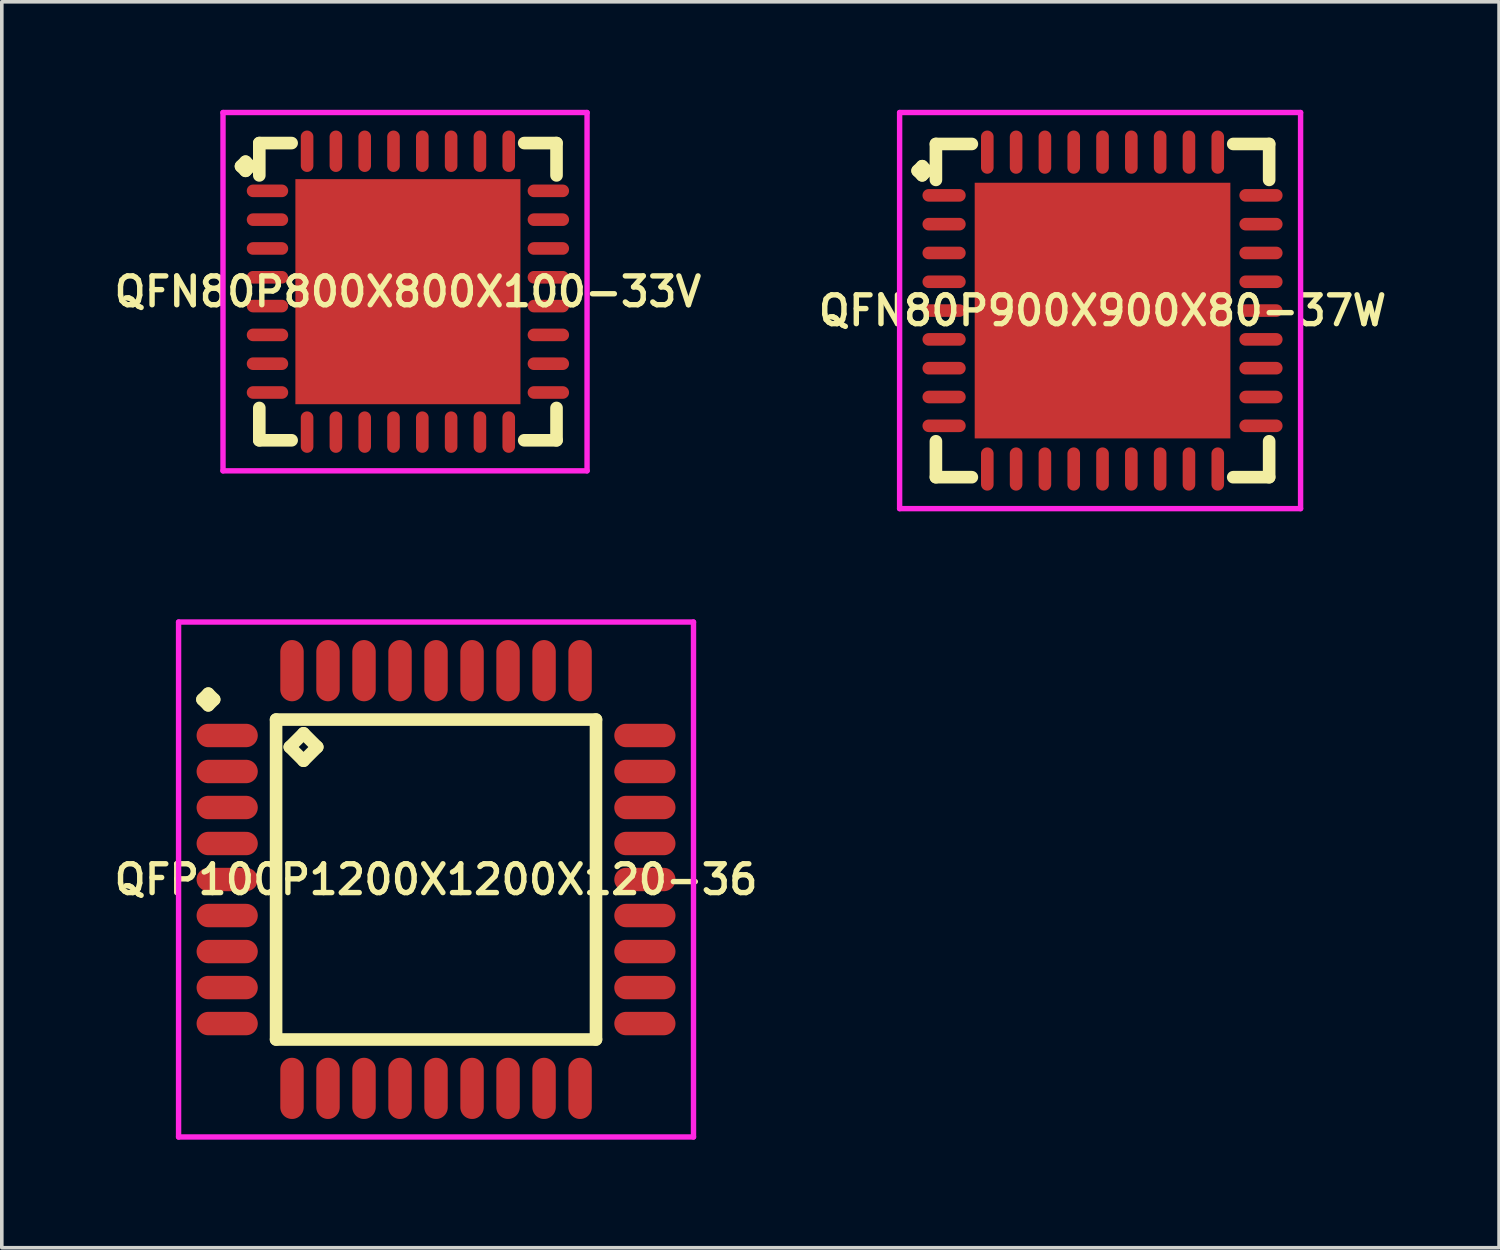
<source format=kicad_pcb>
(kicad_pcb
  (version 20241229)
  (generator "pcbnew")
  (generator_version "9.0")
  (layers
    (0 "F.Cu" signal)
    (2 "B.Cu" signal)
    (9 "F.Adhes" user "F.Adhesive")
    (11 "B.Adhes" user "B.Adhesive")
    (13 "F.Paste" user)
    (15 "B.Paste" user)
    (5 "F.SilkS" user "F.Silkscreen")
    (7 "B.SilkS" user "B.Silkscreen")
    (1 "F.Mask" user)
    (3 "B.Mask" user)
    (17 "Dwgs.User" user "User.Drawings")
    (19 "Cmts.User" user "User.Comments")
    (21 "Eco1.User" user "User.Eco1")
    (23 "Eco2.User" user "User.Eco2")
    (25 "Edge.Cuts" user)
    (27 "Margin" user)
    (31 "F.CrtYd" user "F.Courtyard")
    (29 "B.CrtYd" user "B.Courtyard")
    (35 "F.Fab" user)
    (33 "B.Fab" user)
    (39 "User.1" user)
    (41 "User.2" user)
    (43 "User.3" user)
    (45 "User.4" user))
  (footprint "QFN80P800X800X100-33V"
    (layer "F.Cu")
    (at 8.278 5.05)
    (property "Reference" "QFN80P800X800X100-33V" (at 0 0 0) (layer "F.SilkS") (effects (font (size 0.8 0.8) (thickness 0.15))))
    (attr smd)
    (fp_line (start -4.635 -3.483) (end -4.508 -3.61) (stroke (width 0.35) (type solid)) (layer "F.SilkS"))
    (fp_line (start -4.508 -3.61) (end -4.381 -3.483) (stroke (width 0.35) (type solid)) (layer "F.SilkS"))
    (fp_line (start -4.508 -3.356) (end -4.635 -3.483) (stroke (width 0.35) (type solid)) (layer "F.SilkS"))
    (fp_line (start -4.381 -3.483) (end -4.508 -3.356) (stroke (width 0.35) (type solid)) (layer "F.SilkS"))
    (fp_line (start -4.127 -4.127) (end -3.229 -4.127) (stroke (width 0.35) (type solid)) (layer "F.SilkS"))
    (fp_line (start -4.127 -3.229) (end -4.127 -4.127) (stroke (width 0.35) (type solid)) (layer "F.SilkS"))
    (fp_line (start -4.127 3.229) (end -4.127 4.127) (stroke (width 0.35) (type solid)) (layer "F.SilkS"))
    (fp_line (start -4.127 4.127) (end -3.229 4.127) (stroke (width 0.35) (type solid)) (layer "F.SilkS"))
    (fp_line (start 3.229 -4.127) (end 4.127 -4.127) (stroke (width 0.35) (type solid)) (layer "F.SilkS"))
    (fp_line (start 3.229 4.127) (end 4.127 4.127) (stroke (width 0.35) (type solid)) (layer "F.SilkS"))
    (fp_line (start 4.127 -4.127) (end 4.127 -3.229) (stroke (width 0.35) (type solid)) (layer "F.SilkS"))
    (fp_line (start 4.127 4.127) (end 4.127 3.229) (stroke (width 0.35) (type solid)) (layer "F.SilkS"))
    (fp_line (start -5.135 -4.975) (end 4.975 -4.975) (stroke (width 0.15) (type solid)) (layer "F.CrtYd"))
    (fp_line (start -5.135 4.975) (end -5.135 -4.975) (stroke (width 0.15) (type solid)) (layer "F.CrtYd"))
    (fp_line (start 4.975 -4.975) (end 4.975 4.975) (stroke (width 0.15) (type solid)) (layer "F.CrtYd"))
    (fp_line (start 4.975 4.975) (end -5.135 4.975) (stroke (width 0.15) (type solid)) (layer "F.CrtYd"))
    (pad "1" smd oval (at -3.9 -2.8) (size 1.15 0.35) (layers "F.Cu" "F.Mask" "F.Paste"))
    (pad "2" smd oval (at -3.9 -2) (size 1.15 0.35) (layers "F.Cu" "F.Mask" "F.Paste"))
    (pad "3" smd oval (at -3.9 -1.2) (size 1.15 0.35) (layers "F.Cu" "F.Mask" "F.Paste"))
    (pad "4" smd oval (at -3.9 -0.4) (size 1.15 0.35) (layers "F.Cu" "F.Mask" "F.Paste"))
    (pad "5" smd oval (at -3.9 0.4) (size 1.15 0.35) (layers "F.Cu" "F.Mask" "F.Paste"))
    (pad "6" smd oval (at -3.9 1.2) (size 1.15 0.35) (layers "F.Cu" "F.Mask" "F.Paste"))
    (pad "7" smd oval (at -3.9 2) (size 1.15 0.35) (layers "F.Cu" "F.Mask" "F.Paste"))
    (pad "8" smd oval (at -3.9 2.8) (size 1.15 0.35) (layers "F.Cu" "F.Mask" "F.Paste"))
    (pad "9" smd oval (at -2.8 3.9) (size 0.35 1.15) (layers "F.Cu" "F.Mask" "F.Paste"))
    (pad "10" smd oval (at -2 3.9) (size 0.35 1.15) (layers "F.Cu" "F.Mask" "F.Paste"))
    (pad "11" smd oval (at -1.2 3.9) (size 0.35 1.15) (layers "F.Cu" "F.Mask" "F.Paste"))
    (pad "12" smd oval (at -0.4 3.9) (size 0.35 1.15) (layers "F.Cu" "F.Mask" "F.Paste"))
    (pad "13" smd oval (at 0.4 3.9) (size 0.35 1.15) (layers "F.Cu" "F.Mask" "F.Paste"))
    (pad "14" smd oval (at 1.2 3.9) (size 0.35 1.15) (layers "F.Cu" "F.Mask" "F.Paste"))
    (pad "15" smd oval (at 2 3.9) (size 0.35 1.15) (layers "F.Cu" "F.Mask" "F.Paste"))
    (pad "16" smd oval (at 2.8 3.9) (size 0.35 1.15) (layers "F.Cu" "F.Mask" "F.Paste"))
    (pad "17" smd oval (at 3.9 2.8) (size 1.15 0.35) (layers "F.Cu" "F.Mask" "F.Paste"))
    (pad "18" smd oval (at 3.9 2) (size 1.15 0.35) (layers "F.Cu" "F.Mask" "F.Paste"))
    (pad "19" smd oval (at 3.9 1.2) (size 1.15 0.35) (layers "F.Cu" "F.Mask" "F.Paste"))
    (pad "20" smd oval (at 3.9 0.4) (size 1.15 0.35) (layers "F.Cu" "F.Mask" "F.Paste"))
    (pad "21" smd oval (at 3.9 -0.4) (size 1.15 0.35) (layers "F.Cu" "F.Mask" "F.Paste"))
    (pad "22" smd oval (at 3.9 -1.2) (size 1.15 0.35) (layers "F.Cu" "F.Mask" "F.Paste"))
    (pad "23" smd oval (at 3.9 -2) (size 1.15 0.35) (layers "F.Cu" "F.Mask" "F.Paste"))
    (pad "24" smd oval (at 3.9 -2.8) (size 1.15 0.35) (layers "F.Cu" "F.Mask" "F.Paste"))
    (pad "25" smd oval (at 2.8 -3.9) (size 0.35 1.15) (layers "F.Cu" "F.Mask" "F.Paste"))
    (pad "26" smd oval (at 2 -3.9) (size 0.35 1.15) (layers "F.Cu" "F.Mask" "F.Paste"))
    (pad "27" smd oval (at 1.2 -3.9) (size 0.35 1.15) (layers "F.Cu" "F.Mask" "F.Paste"))
    (pad "28" smd oval (at 0.4 -3.9) (size 0.35 1.15) (layers "F.Cu" "F.Mask" "F.Paste"))
    (pad "29" smd oval (at -0.4 -3.9) (size 0.35 1.15) (layers "F.Cu" "F.Mask" "F.Paste"))
    (pad "30" smd oval (at -1.2 -3.9) (size 0.35 1.15) (layers "F.Cu" "F.Mask" "F.Paste"))
    (pad "31" smd oval (at -2 -3.9) (size 0.35 1.15) (layers "F.Cu" "F.Mask" "F.Paste"))
    (pad "32" smd oval (at -2.8 -3.9) (size 0.35 1.15) (layers "F.Cu" "F.Mask" "F.Paste"))
    (pad "33" smd rect (at 0 0) (size 6.25 6.25) (layers "F.Cu" "F.Mask" "F.Paste")))
  (footprint "QFN80P900X900X80-37W"
    (layer "F.Cu")
    (at 27.568 5.575)
    (property "Reference" "QFN80P900X900X80-37W" (at 0 0 0) (layer "F.SilkS") (effects (font (size 0.8 0.8) (thickness 0.15))))
    (attr through_hole)
    (fp_line (start -5.135 -3.883) (end -5.008 -4.01) (stroke (width 0.35) (type solid)) (layer "F.SilkS"))
    (fp_line (start -5.008 -4.01) (end -4.881 -3.883) (stroke (width 0.35) (type solid)) (layer "F.SilkS"))
    (fp_line (start -5.008 -3.756) (end -5.135 -3.883) (stroke (width 0.35) (type solid)) (layer "F.SilkS"))
    (fp_line (start -4.881 -3.883) (end -5.008 -3.756) (stroke (width 0.35) (type solid)) (layer "F.SilkS"))
    (fp_line (start -4.627 -4.627) (end -3.629 -4.627) (stroke (width 0.35) (type solid)) (layer "F.SilkS"))
    (fp_line (start -4.627 -3.629) (end -4.627 -4.627) (stroke (width 0.35) (type solid)) (layer "F.SilkS"))
    (fp_line (start -4.627 3.629) (end -4.627 4.627) (stroke (width 0.35) (type solid)) (layer "F.SilkS"))
    (fp_line (start -4.627 4.627) (end -3.629 4.627) (stroke (width 0.35) (type solid)) (layer "F.SilkS"))
    (fp_line (start 3.629 -4.627) (end 4.627 -4.627) (stroke (width 0.35) (type solid)) (layer "F.SilkS"))
    (fp_line (start 3.629 4.627) (end 4.627 4.627) (stroke (width 0.35) (type solid)) (layer "F.SilkS"))
    (fp_line (start 4.627 -4.627) (end 4.627 -3.629) (stroke (width 0.35) (type solid)) (layer "F.SilkS"))
    (fp_line (start 4.627 4.627) (end 4.627 3.629) (stroke (width 0.35) (type solid)) (layer "F.SilkS"))
    (fp_line (start -5.635 -5.5) (end 5.5 -5.5) (stroke (width 0.15) (type solid)) (layer "F.CrtYd"))
    (fp_line (start -5.635 5.5) (end -5.635 -5.5) (stroke (width 0.15) (type solid)) (layer "F.CrtYd"))
    (fp_line (start 5.5 -5.5) (end 5.5 5.5) (stroke (width 0.15) (type solid)) (layer "F.CrtYd"))
    (fp_line (start 5.5 5.5) (end -5.635 5.5) (stroke (width 0.15) (type solid)) (layer "F.CrtYd"))
    (pad "1" smd oval (at -4.4 -3.2) (size 1.2 0.35) (layers "F.Cu" "F.Mask" "F.Paste"))
    (pad "2" smd oval (at -4.4 -2.4) (size 1.2 0.35) (layers "F.Cu" "F.Mask" "F.Paste"))
    (pad "3" smd oval (at -4.4 -1.6) (size 1.2 0.35) (layers "F.Cu" "F.Mask" "F.Paste"))
    (pad "4" smd oval (at -4.4 -0.8) (size 1.2 0.35) (layers "F.Cu" "F.Mask" "F.Paste"))
    (pad "5" smd oval (at -4.4 0) (size 1.2 0.35) (layers "F.Cu" "F.Mask" "F.Paste"))
    (pad "6" smd oval (at -4.4 0.8) (size 1.2 0.35) (layers "F.Cu" "F.Mask" "F.Paste"))
    (pad "7" smd oval (at -4.4 1.6) (size 1.2 0.35) (layers "F.Cu" "F.Mask" "F.Paste"))
    (pad "8" smd oval (at -4.4 2.4) (size 1.2 0.35) (layers "F.Cu" "F.Mask" "F.Paste"))
    (pad "9" smd oval (at -4.4 3.2) (size 1.2 0.35) (layers "F.Cu" "F.Mask" "F.Paste"))
    (pad "10" smd oval (at -3.2 4.4) (size 0.35 1.2) (layers "F.Cu" "F.Mask" "F.Paste"))
    (pad "11" smd oval (at -2.4 4.4) (size 0.35 1.2) (layers "F.Cu" "F.Mask" "F.Paste"))
    (pad "12" smd oval (at -1.6 4.4) (size 0.35 1.2) (layers "F.Cu" "F.Mask" "F.Paste"))
    (pad "13" smd oval (at -0.8 4.4) (size 0.35 1.2) (layers "F.Cu" "F.Mask" "F.Paste"))
    (pad "14" smd oval (at 0 4.4) (size 0.35 1.2) (layers "F.Cu" "F.Mask" "F.Paste"))
    (pad "15" smd oval (at 0.8 4.4) (size 0.35 1.2) (layers "F.Cu" "F.Mask" "F.Paste"))
    (pad "16" smd oval (at 1.6 4.4) (size 0.35 1.2) (layers "F.Cu" "F.Mask" "F.Paste"))
    (pad "17" smd oval (at 2.4 4.4) (size 0.35 1.2) (layers "F.Cu" "F.Mask" "F.Paste"))
    (pad "18" smd oval (at 3.2 4.4) (size 0.35 1.2) (layers "F.Cu" "F.Mask" "F.Paste"))
    (pad "19" smd oval (at 4.4 3.2) (size 1.2 0.35) (layers "F.Cu" "F.Mask" "F.Paste"))
    (pad "20" smd oval (at 4.4 2.4) (size 1.2 0.35) (layers "F.Cu" "F.Mask" "F.Paste"))
    (pad "21" smd oval (at 4.4 1.6) (size 1.2 0.35) (layers "F.Cu" "F.Mask" "F.Paste"))
    (pad "22" smd oval (at 4.4 0.8) (size 1.2 0.35) (layers "F.Cu" "F.Mask" "F.Paste"))
    (pad "23" smd oval (at 4.4 0) (size 1.2 0.35) (layers "F.Cu" "F.Mask" "F.Paste"))
    (pad "24" smd oval (at 4.4 -0.8) (size 1.2 0.35) (layers "F.Cu" "F.Mask" "F.Paste"))
    (pad "25" smd oval (at 4.4 -1.6) (size 1.2 0.35) (layers "F.Cu" "F.Mask" "F.Paste"))
    (pad "26" smd oval (at 4.4 -2.4) (size 1.2 0.35) (layers "F.Cu" "F.Mask" "F.Paste"))
    (pad "27" smd oval (at 4.4 -3.2) (size 1.2 0.35) (layers "F.Cu" "F.Mask" "F.Paste"))
    (pad "28" smd oval (at 3.2 -4.4) (size 0.35 1.2) (layers "F.Cu" "F.Mask" "F.Paste"))
    (pad "29" smd oval (at 2.4 -4.4) (size 0.35 1.2) (layers "F.Cu" "F.Mask" "F.Paste"))
    (pad "30" smd oval (at 1.6 -4.4) (size 0.35 1.2) (layers "F.Cu" "F.Mask" "F.Paste"))
    (pad "31" smd oval (at 0.8 -4.4) (size 0.35 1.2) (layers "F.Cu" "F.Mask" "F.Paste"))
    (pad "32" smd oval (at 0 -4.4) (size 0.35 1.2) (layers "F.Cu" "F.Mask" "F.Paste"))
    (pad "33" smd oval (at -0.8 -4.4) (size 0.35 1.2) (layers "F.Cu" "F.Mask" "F.Paste"))
    (pad "34" smd oval (at -1.6 -4.4) (size 0.35 1.2) (layers "F.Cu" "F.Mask" "F.Paste"))
    (pad "35" smd oval (at -2.4 -4.4) (size 0.35 1.2) (layers "F.Cu" "F.Mask" "F.Paste"))
    (pad "36" smd oval (at -3.2 -4.4) (size 0.35 1.2) (layers "F.Cu" "F.Mask" "F.Paste"))
    (pad "37" smd rect (at 0 0) (size 7.1 7.1) (layers "F.Cu" "F.Mask" "F.Paste")))
  (footprint "QFP100P1200X1200X120-36"
    (layer "F.Cu")
    (at 9.059 21.375)
    (property "Reference" "QFP100P1200X1200X120-36" (at 0 0 0) (layer "F.SilkS") (effects (font (size 0.8 0.8) (thickness 0.15))))
    (attr through_hole)
    (fp_line (start -6.487 -5) (end -6.325 -5.162) (stroke (width 0.35) (type solid)) (layer "F.SilkS"))
    (fp_line (start -6.325 -5.162) (end -6.162 -5) (stroke (width 0.35) (type solid)) (layer "F.SilkS"))
    (fp_line (start -6.325 -4.838) (end -6.487 -5) (stroke (width 0.35) (type solid)) (layer "F.SilkS"))
    (fp_line (start -6.162 -5) (end -6.325 -4.838) (stroke (width 0.35) (type solid)) (layer "F.SilkS"))
    (fp_line (start -4.442 -4.442) (end -4.442 4.442) (stroke (width 0.35) (type solid)) (layer "F.SilkS"))
    (fp_line (start -4.442 4.442) (end 4.442 4.442) (stroke (width 0.35) (type solid)) (layer "F.SilkS"))
    (fp_line (start -4.061 -3.68) (end -3.68 -4.061) (stroke (width 0.35) (type solid)) (layer "F.SilkS"))
    (fp_line (start -3.68 -4.061) (end -3.299 -3.68) (stroke (width 0.35) (type solid)) (layer "F.SilkS"))
    (fp_line (start -3.68 -3.299) (end -4.061 -3.68) (stroke (width 0.35) (type solid)) (layer "F.SilkS"))
    (fp_line (start -3.299 -3.68) (end -3.68 -3.299) (stroke (width 0.35) (type solid)) (layer "F.SilkS"))
    (fp_line (start 4.442 -4.442) (end -4.442 -4.442) (stroke (width 0.35) (type solid)) (layer "F.SilkS"))
    (fp_line (start 4.442 4.442) (end 4.442 -4.442) (stroke (width 0.35) (type solid)) (layer "F.SilkS"))
    (fp_line (start -7.15 -7.15) (end 7.15 -7.15) (stroke (width 0.15) (type solid)) (layer "F.CrtYd"))
    (fp_line (start -7.15 7.15) (end -7.15 -7.15) (stroke (width 0.15) (type solid)) (layer "F.CrtYd"))
    (fp_line (start 7.15 -7.15) (end 7.15 7.15) (stroke (width 0.15) (type solid)) (layer "F.CrtYd"))
    (fp_line (start 7.15 7.15) (end -7.15 7.15) (stroke (width 0.15) (type solid)) (layer "F.CrtYd"))
    (pad "1" smd oval (at -5.8 -4) (size 1.7 0.65) (layers "F.Cu" "F.Mask" "F.Paste"))
    (pad "2" smd oval (at -5.8 -3) (size 1.7 0.65) (layers "F.Cu" "F.Mask" "F.Paste"))
    (pad "3" smd oval (at -5.8 -2) (size 1.7 0.65) (layers "F.Cu" "F.Mask" "F.Paste"))
    (pad "4" smd oval (at -5.8 -1) (size 1.7 0.65) (layers "F.Cu" "F.Mask" "F.Paste"))
    (pad "5" smd oval (at -5.8 0) (size 1.7 0.65) (layers "F.Cu" "F.Mask" "F.Paste"))
    (pad "6" smd oval (at -5.8 1) (size 1.7 0.65) (layers "F.Cu" "F.Mask" "F.Paste"))
    (pad "7" smd oval (at -5.8 2) (size 1.7 0.65) (layers "F.Cu" "F.Mask" "F.Paste"))
    (pad "8" smd oval (at -5.8 3) (size 1.7 0.65) (layers "F.Cu" "F.Mask" "F.Paste"))
    (pad "9" smd oval (at -5.8 4) (size 1.7 0.65) (layers "F.Cu" "F.Mask" "F.Paste"))
    (pad "10" smd oval (at -4 5.8) (size 0.65 1.7) (layers "F.Cu" "F.Mask" "F.Paste"))
    (pad "11" smd oval (at -3 5.8) (size 0.65 1.7) (layers "F.Cu" "F.Mask" "F.Paste"))
    (pad "12" smd oval (at -2 5.8) (size 0.65 1.7) (layers "F.Cu" "F.Mask" "F.Paste"))
    (pad "13" smd oval (at -1 5.8) (size 0.65 1.7) (layers "F.Cu" "F.Mask" "F.Paste"))
    (pad "14" smd oval (at 0 5.8) (size 0.65 1.7) (layers "F.Cu" "F.Mask" "F.Paste"))
    (pad "15" smd oval (at 1 5.8) (size 0.65 1.7) (layers "F.Cu" "F.Mask" "F.Paste"))
    (pad "16" smd oval (at 2 5.8) (size 0.65 1.7) (layers "F.Cu" "F.Mask" "F.Paste"))
    (pad "17" smd oval (at 3 5.8) (size 0.65 1.7) (layers "F.Cu" "F.Mask" "F.Paste"))
    (pad "18" smd oval (at 4 5.8) (size 0.65 1.7) (layers "F.Cu" "F.Mask" "F.Paste"))
    (pad "19" smd oval (at 5.8 4) (size 1.7 0.65) (layers "F.Cu" "F.Mask" "F.Paste"))
    (pad "20" smd oval (at 5.8 3) (size 1.7 0.65) (layers "F.Cu" "F.Mask" "F.Paste"))
    (pad "21" smd oval (at 5.8 2) (size 1.7 0.65) (layers "F.Cu" "F.Mask" "F.Paste"))
    (pad "22" smd oval (at 5.8 1) (size 1.7 0.65) (layers "F.Cu" "F.Mask" "F.Paste"))
    (pad "23" smd oval (at 5.8 0) (size 1.7 0.65) (layers "F.Cu" "F.Mask" "F.Paste"))
    (pad "24" smd oval (at 5.8 -1) (size 1.7 0.65) (layers "F.Cu" "F.Mask" "F.Paste"))
    (pad "25" smd oval (at 5.8 -2) (size 1.7 0.65) (layers "F.Cu" "F.Mask" "F.Paste"))
    (pad "26" smd oval (at 5.8 -3) (size 1.7 0.65) (layers "F.Cu" "F.Mask" "F.Paste"))
    (pad "27" smd oval (at 5.8 -4) (size 1.7 0.65) (layers "F.Cu" "F.Mask" "F.Paste"))
    (pad "28" smd oval (at 4 -5.8) (size 0.65 1.7) (layers "F.Cu" "F.Mask" "F.Paste"))
    (pad "29" smd oval (at 3 -5.8) (size 0.65 1.7) (layers "F.Cu" "F.Mask" "F.Paste"))
    (pad "30" smd oval (at 2 -5.8) (size 0.65 1.7) (layers "F.Cu" "F.Mask" "F.Paste"))
    (pad "31" smd oval (at 1 -5.8) (size 0.65 1.7) (layers "F.Cu" "F.Mask" "F.Paste"))
    (pad "32" smd oval (at 0 -5.8) (size 0.65 1.7) (layers "F.Cu" "F.Mask" "F.Paste"))
    (pad "33" smd oval (at -1 -5.8) (size 0.65 1.7) (layers "F.Cu" "F.Mask" "F.Paste"))
    (pad "34" smd oval (at -2 -5.8) (size 0.65 1.7) (layers "F.Cu" "F.Mask" "F.Paste"))
    (pad "35" smd oval (at -3 -5.8) (size 0.65 1.7) (layers "F.Cu" "F.Mask" "F.Paste"))
    (pad "36" smd oval (at -4 -5.8) (size 0.65 1.7) (layers "F.Cu" "F.Mask" "F.Paste")))
  (gr_rect
    (start -3 -3)
    (end 38.58 31.6)
    (stroke (width 0.1) (type default))
    (fill no)
    (layer "Edge.Cuts")))
</source>
